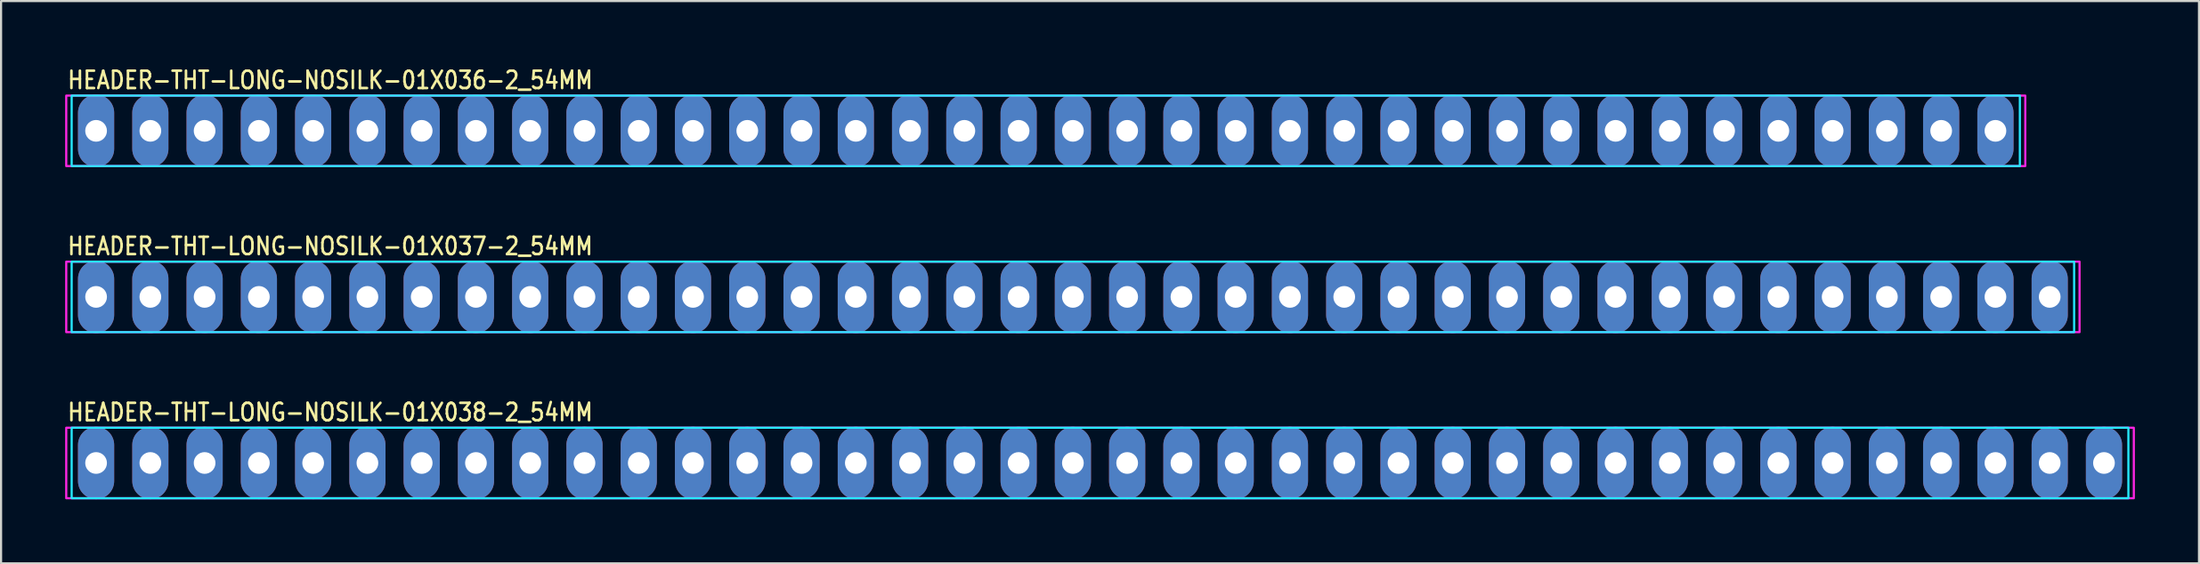
<source format=kicad_pcb>
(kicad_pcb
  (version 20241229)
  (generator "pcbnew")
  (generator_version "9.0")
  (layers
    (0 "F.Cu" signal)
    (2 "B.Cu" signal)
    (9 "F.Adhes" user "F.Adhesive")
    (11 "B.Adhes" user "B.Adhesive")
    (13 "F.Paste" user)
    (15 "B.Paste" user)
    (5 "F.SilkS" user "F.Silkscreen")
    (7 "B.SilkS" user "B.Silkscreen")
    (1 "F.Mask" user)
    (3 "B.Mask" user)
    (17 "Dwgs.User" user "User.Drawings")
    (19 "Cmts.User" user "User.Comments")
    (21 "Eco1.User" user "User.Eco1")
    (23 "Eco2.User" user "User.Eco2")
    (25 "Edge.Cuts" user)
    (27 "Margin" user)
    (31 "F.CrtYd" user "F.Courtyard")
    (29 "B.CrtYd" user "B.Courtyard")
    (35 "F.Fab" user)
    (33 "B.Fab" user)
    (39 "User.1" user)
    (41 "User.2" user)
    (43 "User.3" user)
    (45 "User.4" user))
  (footprint "HEADER-THT-LONG-NOSILK-01X037-2_54MM"
    (layer "F.Cu")
    (at 1.447 10.858)
    (property "Reference" "HEADER-THT-LONG-NOSILK-01X037-2_54MM" (at -1.4 -1.9 0) (unlocked yes) (layer "F.SilkS") (effects (font (size 0.813 0.695) (thickness 0.122)) (justify left bottom)))
    (fp_poly (pts (xy -1.143 -1.651) (xy 92.583 -1.651) (xy 92.583 1.651) (xy -1.143 1.651)) (stroke (width 0.1) (type solid)) (fill no) (layer "B.CrtYd"))
    (fp_poly (pts (xy -1.397 -1.651) (xy 92.837 -1.651) (xy 92.837 1.651) (xy -1.397 1.651)) (stroke (width 0.1) (type solid)) (fill no) (layer "F.CrtYd"))
    (pad "1" thru_hole oval (at 0 0 90) (size 3.387 1.693) (drill 1.016) (layers "*.Cu" "*.Mask"))
    (pad "2" thru_hole oval (at 2.54 0 90) (size 3.387 1.693) (drill 1.016) (layers "*.Cu" "*.Mask"))
    (pad "3" thru_hole oval (at 5.08 0 90) (size 3.387 1.693) (drill 1.016) (layers "*.Cu" "*.Mask"))
    (pad "4" thru_hole oval (at 7.62 0 90) (size 3.387 1.693) (drill 1.016) (layers "*.Cu" "*.Mask"))
    (pad "5" thru_hole oval (at 10.16 0 90) (size 3.387 1.693) (drill 1.016) (layers "*.Cu" "*.Mask"))
    (pad "6" thru_hole oval (at 12.7 0 90) (size 3.387 1.693) (drill 1.016) (layers "*.Cu" "*.Mask"))
    (pad "7" thru_hole oval (at 15.24 0 90) (size 3.387 1.693) (drill 1.016) (layers "*.Cu" "*.Mask"))
    (pad "8" thru_hole oval (at 17.78 0 90) (size 3.387 1.693) (drill 1.016) (layers "*.Cu" "*.Mask"))
    (pad "9" thru_hole oval (at 20.32 0 90) (size 3.387 1.693) (drill 1.016) (layers "*.Cu" "*.Mask"))
    (pad "10" thru_hole oval (at 22.86 0 90) (size 3.387 1.693) (drill 1.016) (layers "*.Cu" "*.Mask"))
    (pad "11" thru_hole oval (at 25.4 0 90) (size 3.387 1.693) (drill 1.016) (layers "*.Cu" "*.Mask"))
    (pad "12" thru_hole oval (at 27.94 0 90) (size 3.387 1.693) (drill 1.016) (layers "*.Cu" "*.Mask"))
    (pad "13" thru_hole oval (at 30.48 0 90) (size 3.387 1.693) (drill 1.016) (layers "*.Cu" "*.Mask"))
    (pad "14" thru_hole oval (at 33.02 0 90) (size 3.387 1.693) (drill 1.016) (layers "*.Cu" "*.Mask"))
    (pad "15" thru_hole oval (at 35.56 0 90) (size 3.387 1.693) (drill 1.016) (layers "*.Cu" "*.Mask"))
    (pad "16" thru_hole oval (at 38.1 0 90) (size 3.387 1.693) (drill 1.016) (layers "*.Cu" "*.Mask"))
    (pad "17" thru_hole oval (at 40.64 0 90) (size 3.387 1.693) (drill 1.016) (layers "*.Cu" "*.Mask"))
    (pad "18" thru_hole oval (at 43.18 0 90) (size 3.387 1.693) (drill 1.016) (layers "*.Cu" "*.Mask"))
    (pad "19" thru_hole oval (at 45.72 0 90) (size 3.387 1.693) (drill 1.016) (layers "*.Cu" "*.Mask"))
    (pad "20" thru_hole oval (at 48.26 0 90) (size 3.387 1.693) (drill 1.016) (layers "*.Cu" "*.Mask"))
    (pad "21" thru_hole oval (at 50.8 0 90) (size 3.387 1.693) (drill 1.016) (layers "*.Cu" "*.Mask"))
    (pad "22" thru_hole oval (at 53.34 0 90) (size 3.387 1.693) (drill 1.016) (layers "*.Cu" "*.Mask"))
    (pad "23" thru_hole oval (at 55.88 0 90) (size 3.387 1.693) (drill 1.016) (layers "*.Cu" "*.Mask"))
    (pad "24" thru_hole oval (at 58.42 0 90) (size 3.387 1.693) (drill 1.016) (layers "*.Cu" "*.Mask"))
    (pad "25" thru_hole oval (at 60.96 0 90) (size 3.387 1.693) (drill 1.016) (layers "*.Cu" "*.Mask"))
    (pad "26" thru_hole oval (at 63.5 0 90) (size 3.387 1.693) (drill 1.016) (layers "*.Cu" "*.Mask"))
    (pad "27" thru_hole oval (at 66.04 0 90) (size 3.387 1.693) (drill 1.016) (layers "*.Cu" "*.Mask"))
    (pad "28" thru_hole oval (at 68.58 0 90) (size 3.387 1.693) (drill 1.016) (layers "*.Cu" "*.Mask"))
    (pad "29" thru_hole oval (at 71.12 0 90) (size 3.387 1.693) (drill 1.016) (layers "*.Cu" "*.Mask"))
    (pad "30" thru_hole oval (at 73.66 0 90) (size 3.387 1.693) (drill 1.016) (layers "*.Cu" "*.Mask"))
    (pad "31" thru_hole oval (at 76.2 0 90) (size 3.387 1.693) (drill 1.016) (layers "*.Cu" "*.Mask"))
    (pad "32" thru_hole oval (at 78.74 0 90) (size 3.387 1.693) (drill 1.016) (layers "*.Cu" "*.Mask"))
    (pad "33" thru_hole oval (at 81.28 0 90) (size 3.387 1.693) (drill 1.016) (layers "*.Cu" "*.Mask"))
    (pad "34" thru_hole oval (at 83.82 0 90) (size 3.387 1.693) (drill 1.016) (layers "*.Cu" "*.Mask"))
    (pad "35" thru_hole oval (at 86.36 0 90) (size 3.387 1.693) (drill 1.016) (layers "*.Cu" "*.Mask"))
    (pad "36" thru_hole oval (at 88.9 0 90) (size 3.387 1.693) (drill 1.016) (layers "*.Cu" "*.Mask"))
    (pad "37" thru_hole oval (at 91.44 0 90) (size 3.387 1.693) (drill 1.016) (layers "*.Cu" "*.Mask")))
  (footprint "HEADER-THT-LONG-NOSILK-01X038-2_54MM"
    (layer "F.Cu")
    (at 1.447 18.638)
    (property "Reference" "HEADER-THT-LONG-NOSILK-01X038-2_54MM" (at -1.4 -1.9 0) (unlocked yes) (layer "F.SilkS") (effects (font (size 0.813 0.695) (thickness 0.122)) (justify left bottom)))
    (fp_poly (pts (xy -1.143 -1.651) (xy 95.123 -1.651) (xy 95.123 1.651) (xy -1.143 1.651)) (stroke (width 0.1) (type solid)) (fill no) (layer "B.CrtYd"))
    (fp_poly (pts (xy -1.397 -1.651) (xy 95.377 -1.651) (xy 95.377 1.651) (xy -1.397 1.651)) (stroke (width 0.1) (type solid)) (fill no) (layer "F.CrtYd"))
    (pad "1" thru_hole oval (at 0 0 90) (size 3.387 1.693) (drill 1.016) (layers "*.Cu" "*.Mask"))
    (pad "2" thru_hole oval (at 2.54 0 90) (size 3.387 1.693) (drill 1.016) (layers "*.Cu" "*.Mask"))
    (pad "3" thru_hole oval (at 5.08 0 90) (size 3.387 1.693) (drill 1.016) (layers "*.Cu" "*.Mask"))
    (pad "4" thru_hole oval (at 7.62 0 90) (size 3.387 1.693) (drill 1.016) (layers "*.Cu" "*.Mask"))
    (pad "5" thru_hole oval (at 10.16 0 90) (size 3.387 1.693) (drill 1.016) (layers "*.Cu" "*.Mask"))
    (pad "6" thru_hole oval (at 12.7 0 90) (size 3.387 1.693) (drill 1.016) (layers "*.Cu" "*.Mask"))
    (pad "7" thru_hole oval (at 15.24 0 90) (size 3.387 1.693) (drill 1.016) (layers "*.Cu" "*.Mask"))
    (pad "8" thru_hole oval (at 17.78 0 90) (size 3.387 1.693) (drill 1.016) (layers "*.Cu" "*.Mask"))
    (pad "9" thru_hole oval (at 20.32 0 90) (size 3.387 1.693) (drill 1.016) (layers "*.Cu" "*.Mask"))
    (pad "10" thru_hole oval (at 22.86 0 90) (size 3.387 1.693) (drill 1.016) (layers "*.Cu" "*.Mask"))
    (pad "11" thru_hole oval (at 25.4 0 90) (size 3.387 1.693) (drill 1.016) (layers "*.Cu" "*.Mask"))
    (pad "12" thru_hole oval (at 27.94 0 90) (size 3.387 1.693) (drill 1.016) (layers "*.Cu" "*.Mask"))
    (pad "13" thru_hole oval (at 30.48 0 90) (size 3.387 1.693) (drill 1.016) (layers "*.Cu" "*.Mask"))
    (pad "14" thru_hole oval (at 33.02 0 90) (size 3.387 1.693) (drill 1.016) (layers "*.Cu" "*.Mask"))
    (pad "15" thru_hole oval (at 35.56 0 90) (size 3.387 1.693) (drill 1.016) (layers "*.Cu" "*.Mask"))
    (pad "16" thru_hole oval (at 38.1 0 90) (size 3.387 1.693) (drill 1.016) (layers "*.Cu" "*.Mask"))
    (pad "17" thru_hole oval (at 40.64 0 90) (size 3.387 1.693) (drill 1.016) (layers "*.Cu" "*.Mask"))
    (pad "18" thru_hole oval (at 43.18 0 90) (size 3.387 1.693) (drill 1.016) (layers "*.Cu" "*.Mask"))
    (pad "19" thru_hole oval (at 45.72 0 90) (size 3.387 1.693) (drill 1.016) (layers "*.Cu" "*.Mask"))
    (pad "20" thru_hole oval (at 48.26 0 90) (size 3.387 1.693) (drill 1.016) (layers "*.Cu" "*.Mask"))
    (pad "21" thru_hole oval (at 50.8 0 90) (size 3.387 1.693) (drill 1.016) (layers "*.Cu" "*.Mask"))
    (pad "22" thru_hole oval (at 53.34 0 90) (size 3.387 1.693) (drill 1.016) (layers "*.Cu" "*.Mask"))
    (pad "23" thru_hole oval (at 55.88 0 90) (size 3.387 1.693) (drill 1.016) (layers "*.Cu" "*.Mask"))
    (pad "24" thru_hole oval (at 58.42 0 90) (size 3.387 1.693) (drill 1.016) (layers "*.Cu" "*.Mask"))
    (pad "25" thru_hole oval (at 60.96 0 90) (size 3.387 1.693) (drill 1.016) (layers "*.Cu" "*.Mask"))
    (pad "26" thru_hole oval (at 63.5 0 90) (size 3.387 1.693) (drill 1.016) (layers "*.Cu" "*.Mask"))
    (pad "27" thru_hole oval (at 66.04 0 90) (size 3.387 1.693) (drill 1.016) (layers "*.Cu" "*.Mask"))
    (pad "28" thru_hole oval (at 68.58 0 90) (size 3.387 1.693) (drill 1.016) (layers "*.Cu" "*.Mask"))
    (pad "29" thru_hole oval (at 71.12 0 90) (size 3.387 1.693) (drill 1.016) (layers "*.Cu" "*.Mask"))
    (pad "30" thru_hole oval (at 73.66 0 90) (size 3.387 1.693) (drill 1.016) (layers "*.Cu" "*.Mask"))
    (pad "31" thru_hole oval (at 76.2 0 90) (size 3.387 1.693) (drill 1.016) (layers "*.Cu" "*.Mask"))
    (pad "32" thru_hole oval (at 78.74 0 90) (size 3.387 1.693) (drill 1.016) (layers "*.Cu" "*.Mask"))
    (pad "33" thru_hole oval (at 81.28 0 90) (size 3.387 1.693) (drill 1.016) (layers "*.Cu" "*.Mask"))
    (pad "34" thru_hole oval (at 83.82 0 90) (size 3.387 1.693) (drill 1.016) (layers "*.Cu" "*.Mask"))
    (pad "35" thru_hole oval (at 86.36 0 90) (size 3.387 1.693) (drill 1.016) (layers "*.Cu" "*.Mask"))
    (pad "36" thru_hole oval (at 88.9 0 90) (size 3.387 1.693) (drill 1.016) (layers "*.Cu" "*.Mask"))
    (pad "37" thru_hole oval (at 91.44 0 90) (size 3.387 1.693) (drill 1.016) (layers "*.Cu" "*.Mask"))
    (pad "38" thru_hole oval (at 93.98 0 90) (size 3.387 1.693) (drill 1.016) (layers "*.Cu" "*.Mask")))
  (footprint "HEADER-THT-LONG-NOSILK-01X036-2_54MM"
    (layer "F.Cu")
    (at 1.447 3.079)
    (property "Reference" "HEADER-THT-LONG-NOSILK-01X036-2_54MM" (at -1.4 -1.9 0) (unlocked yes) (layer "F.SilkS") (effects (font (size 0.813 0.695) (thickness 0.122)) (justify left bottom)))
    (fp_poly (pts (xy -1.143 -1.651) (xy 90.043 -1.651) (xy 90.043 1.651) (xy -1.143 1.651)) (stroke (width 0.1) (type solid)) (fill no) (layer "B.CrtYd"))
    (fp_poly (pts (xy -1.397 -1.651) (xy 90.297 -1.651) (xy 90.297 1.651) (xy -1.397 1.651)) (stroke (width 0.1) (type solid)) (fill no) (layer "F.CrtYd"))
    (pad "1" thru_hole oval (at 0 0 90) (size 3.387 1.693) (drill 1.016) (layers "*.Cu" "*.Mask"))
    (pad "2" thru_hole oval (at 2.54 0 90) (size 3.387 1.693) (drill 1.016) (layers "*.Cu" "*.Mask"))
    (pad "3" thru_hole oval (at 5.08 0 90) (size 3.387 1.693) (drill 1.016) (layers "*.Cu" "*.Mask"))
    (pad "4" thru_hole oval (at 7.62 0 90) (size 3.387 1.693) (drill 1.016) (layers "*.Cu" "*.Mask"))
    (pad "5" thru_hole oval (at 10.16 0 90) (size 3.387 1.693) (drill 1.016) (layers "*.Cu" "*.Mask"))
    (pad "6" thru_hole oval (at 12.7 0 90) (size 3.387 1.693) (drill 1.016) (layers "*.Cu" "*.Mask"))
    (pad "7" thru_hole oval (at 15.24 0 90) (size 3.387 1.693) (drill 1.016) (layers "*.Cu" "*.Mask"))
    (pad "8" thru_hole oval (at 17.78 0 90) (size 3.387 1.693) (drill 1.016) (layers "*.Cu" "*.Mask"))
    (pad "9" thru_hole oval (at 20.32 0 90) (size 3.387 1.693) (drill 1.016) (layers "*.Cu" "*.Mask"))
    (pad "10" thru_hole oval (at 22.86 0 90) (size 3.387 1.693) (drill 1.016) (layers "*.Cu" "*.Mask"))
    (pad "11" thru_hole oval (at 25.4 0 90) (size 3.387 1.693) (drill 1.016) (layers "*.Cu" "*.Mask"))
    (pad "12" thru_hole oval (at 27.94 0 90) (size 3.387 1.693) (drill 1.016) (layers "*.Cu" "*.Mask"))
    (pad "13" thru_hole oval (at 30.48 0 90) (size 3.387 1.693) (drill 1.016) (layers "*.Cu" "*.Mask"))
    (pad "14" thru_hole oval (at 33.02 0 90) (size 3.387 1.693) (drill 1.016) (layers "*.Cu" "*.Mask"))
    (pad "15" thru_hole oval (at 35.56 0 90) (size 3.387 1.693) (drill 1.016) (layers "*.Cu" "*.Mask"))
    (pad "16" thru_hole oval (at 38.1 0 90) (size 3.387 1.693) (drill 1.016) (layers "*.Cu" "*.Mask"))
    (pad "17" thru_hole oval (at 40.64 0 90) (size 3.387 1.693) (drill 1.016) (layers "*.Cu" "*.Mask"))
    (pad "18" thru_hole oval (at 43.18 0 90) (size 3.387 1.693) (drill 1.016) (layers "*.Cu" "*.Mask"))
    (pad "19" thru_hole oval (at 45.72 0 90) (size 3.387 1.693) (drill 1.016) (layers "*.Cu" "*.Mask"))
    (pad "20" thru_hole oval (at 48.26 0 90) (size 3.387 1.693) (drill 1.016) (layers "*.Cu" "*.Mask"))
    (pad "21" thru_hole oval (at 50.8 0 90) (size 3.387 1.693) (drill 1.016) (layers "*.Cu" "*.Mask"))
    (pad "22" thru_hole oval (at 53.34 0 90) (size 3.387 1.693) (drill 1.016) (layers "*.Cu" "*.Mask"))
    (pad "23" thru_hole oval (at 55.88 0 90) (size 3.387 1.693) (drill 1.016) (layers "*.Cu" "*.Mask"))
    (pad "24" thru_hole oval (at 58.42 0 90) (size 3.387 1.693) (drill 1.016) (layers "*.Cu" "*.Mask"))
    (pad "25" thru_hole oval (at 60.96 0 90) (size 3.387 1.693) (drill 1.016) (layers "*.Cu" "*.Mask"))
    (pad "26" thru_hole oval (at 63.5 0 90) (size 3.387 1.693) (drill 1.016) (layers "*.Cu" "*.Mask"))
    (pad "27" thru_hole oval (at 66.04 0 90) (size 3.387 1.693) (drill 1.016) (layers "*.Cu" "*.Mask"))
    (pad "28" thru_hole oval (at 68.58 0 90) (size 3.387 1.693) (drill 1.016) (layers "*.Cu" "*.Mask"))
    (pad "29" thru_hole oval (at 71.12 0 90) (size 3.387 1.693) (drill 1.016) (layers "*.Cu" "*.Mask"))
    (pad "30" thru_hole oval (at 73.66 0 90) (size 3.387 1.693) (drill 1.016) (layers "*.Cu" "*.Mask"))
    (pad "31" thru_hole oval (at 76.2 0 90) (size 3.387 1.693) (drill 1.016) (layers "*.Cu" "*.Mask"))
    (pad "32" thru_hole oval (at 78.74 0 90) (size 3.387 1.693) (drill 1.016) (layers "*.Cu" "*.Mask"))
    (pad "33" thru_hole oval (at 81.28 0 90) (size 3.387 1.693) (drill 1.016) (layers "*.Cu" "*.Mask"))
    (pad "34" thru_hole oval (at 83.82 0 90) (size 3.387 1.693) (drill 1.016) (layers "*.Cu" "*.Mask"))
    (pad "35" thru_hole oval (at 86.36 0 90) (size 3.387 1.693) (drill 1.016) (layers "*.Cu" "*.Mask"))
    (pad "36" thru_hole oval (at 88.9 0 90) (size 3.387 1.693) (drill 1.016) (layers "*.Cu" "*.Mask")))
  (gr_rect
    (start -3 -3)
    (end 99.874 23.339)
    (stroke (width 0.1) (type default))
    (fill no)
    (layer "Edge.Cuts")))
</source>
